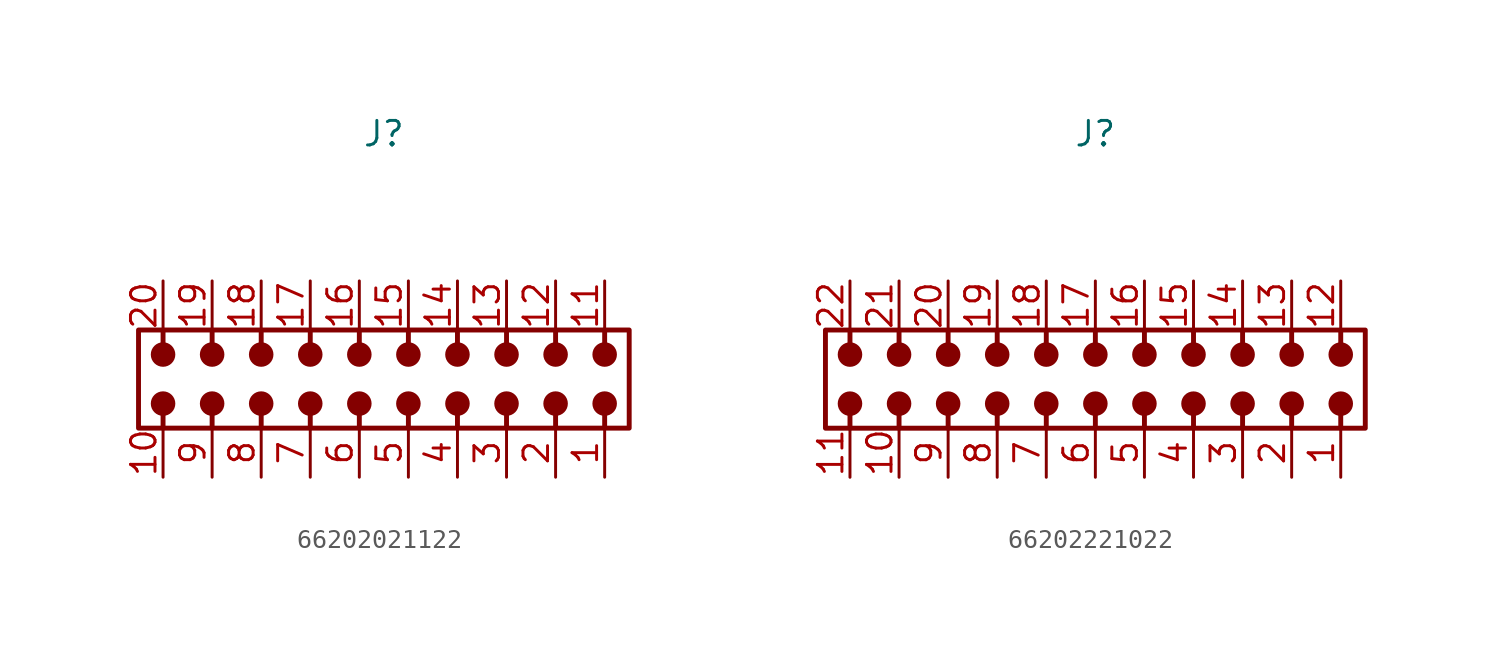
<source format=kicad_sym>
(kicad_symbol_lib
  (version 20241209)
  (generator "kicad_symbol_editor")
  (generator_version "9.0")
  (symbol "66202021122"
    (pin_names
      (hide yes))
    (property "Reference" "J"
      (at 0 12.7 0)
      (effects (font (size 1.27 1.27))))
    (symbol "66202021122_1_1"
      (rectangle (start -12.7 2.54) (end 12.7 -2.54) (stroke (width 0.254) (type solid)) (fill (type none)))
      (polyline (pts (xy -11.43 1.778) (xy -11.43 2.54)) (stroke (width 0.254) (type solid)) (fill (type none)))
      (circle (center -11.43 1.27) (radius 0.508) (stroke (width 0.254) (type solid)) (fill (type outline)))
      (circle (center -11.43 -1.27) (radius 0.508) (stroke (width 0.254) (type solid)) (fill (type outline)))
      (polyline (pts (xy -11.43 -1.778) (xy -11.43 -2.54)) (stroke (width 0.254) (type solid)) (fill (type none)))
      (polyline (pts (xy -8.89 1.778) (xy -8.89 2.54)) (stroke (width 0.254) (type solid)) (fill (type none)))
      (circle (center -8.89 1.27) (radius 0.508) (stroke (width 0.254) (type solid)) (fill (type outline)))
      (circle (center -8.89 -1.27) (radius 0.508) (stroke (width 0.254) (type solid)) (fill (type outline)))
      (polyline (pts (xy -8.89 -1.778) (xy -8.89 -2.54)) (stroke (width 0.254) (type solid)) (fill (type none)))
      (polyline (pts (xy -6.35 1.778) (xy -6.35 2.54)) (stroke (width 0.254) (type solid)) (fill (type none)))
      (circle (center -6.35 1.27) (radius 0.508) (stroke (width 0.254) (type solid)) (fill (type outline)))
      (circle (center -6.35 -1.27) (radius 0.508) (stroke (width 0.254) (type solid)) (fill (type outline)))
      (polyline (pts (xy -6.35 -1.778) (xy -6.35 -2.54)) (stroke (width 0.254) (type solid)) (fill (type none)))
      (polyline (pts (xy -3.81 1.778) (xy -3.81 2.54)) (stroke (width 0.254) (type solid)) (fill (type none)))
      (circle (center -3.81 1.27) (radius 0.508) (stroke (width 0.254) (type solid)) (fill (type outline)))
      (circle (center -3.81 -1.27) (radius 0.508) (stroke (width 0.254) (type solid)) (fill (type outline)))
      (polyline (pts (xy -3.81 -1.778) (xy -3.81 -2.54)) (stroke (width 0.254) (type solid)) (fill (type none)))
      (polyline (pts (xy -1.27 1.778) (xy -1.27 2.54)) (stroke (width 0.254) (type solid)) (fill (type none)))
      (circle (center -1.27 1.27) (radius 0.508) (stroke (width 0.254) (type solid)) (fill (type outline)))
      (circle (center -1.27 -1.27) (radius 0.508) (stroke (width 0.254) (type solid)) (fill (type outline)))
      (polyline (pts (xy -1.27 -1.778) (xy -1.27 -2.54)) (stroke (width 0.254) (type solid)) (fill (type none)))
      (polyline (pts (xy 1.27 1.778) (xy 1.27 2.54)) (stroke (width 0.254) (type solid)) (fill (type none)))
      (circle (center 1.27 1.27) (radius 0.508) (stroke (width 0.254) (type solid)) (fill (type outline)))
      (circle (center 1.27 -1.27) (radius 0.508) (stroke (width 0.254) (type solid)) (fill (type outline)))
      (polyline (pts (xy 1.27 -1.778) (xy 1.27 -2.54)) (stroke (width 0.254) (type solid)) (fill (type none)))
      (polyline (pts (xy 3.81 1.778) (xy 3.81 2.54)) (stroke (width 0.254) (type solid)) (fill (type none)))
      (circle (center 3.81 1.27) (radius 0.508) (stroke (width 0.254) (type solid)) (fill (type outline)))
      (circle (center 3.81 -1.27) (radius 0.508) (stroke (width 0.254) (type solid)) (fill (type outline)))
      (polyline (pts (xy 3.81 -1.778) (xy 3.81 -2.54)) (stroke (width 0.254) (type solid)) (fill (type none)))
      (polyline (pts (xy 6.35 1.778) (xy 6.35 2.54)) (stroke (width 0.254) (type solid)) (fill (type none)))
      (circle (center 6.35 1.27) (radius 0.508) (stroke (width 0.254) (type solid)) (fill (type outline)))
      (circle (center 6.35 -1.27) (radius 0.508) (stroke (width 0.254) (type solid)) (fill (type outline)))
      (polyline (pts (xy 6.35 -1.778) (xy 6.35 -2.54)) (stroke (width 0.254) (type solid)) (fill (type none)))
      (polyline (pts (xy 8.89 1.778) (xy 8.89 2.54)) (stroke (width 0.254) (type solid)) (fill (type none)))
      (circle (center 8.89 1.27) (radius 0.508) (stroke (width 0.254) (type solid)) (fill (type outline)))
      (circle (center 8.89 -1.27) (radius 0.508) (stroke (width 0.254) (type solid)) (fill (type outline)))
      (polyline (pts (xy 8.89 -1.778) (xy 8.89 -2.54)) (stroke (width 0.254) (type solid)) (fill (type none)))
      (polyline (pts (xy 11.43 1.778) (xy 11.43 2.54)) (stroke (width 0.254) (type solid)) (fill (type none)))
      (circle (center 11.43 1.27) (radius 0.508) (stroke (width 0.254) (type solid)) (fill (type outline)))
      (circle (center 11.43 -1.27) (radius 0.508) (stroke (width 0.254) (type solid)) (fill (type outline)))
      (polyline (pts (xy 11.43 -1.778) (xy 11.43 -2.54)) (stroke (width 0.254) (type solid)) (fill (type none)))
      (pin passive line (at -11.43 5.08 270) (length 2.54) (name "20" (effects (font (size 1.27 1.27)))) (number "20" (effects (font (size 1.27 1.27)))))
      (pin passive line (at -11.43 -5.08 90) (length 2.54) (name "10" (effects (font (size 1.27 1.27)))) (number "10" (effects (font (size 1.27 1.27)))))
      (pin passive line (at -8.89 5.08 270) (length 2.54) (name "19" (effects (font (size 1.27 1.27)))) (number "19" (effects (font (size 1.27 1.27)))))
      (pin passive line (at -8.89 -5.08 90) (length 2.54) (name "9" (effects (font (size 1.27 1.27)))) (number "9" (effects (font (size 1.27 1.27)))))
      (pin passive line (at -6.35 5.08 270) (length 2.54) (name "18" (effects (font (size 1.27 1.27)))) (number "18" (effects (font (size 1.27 1.27)))))
      (pin passive line (at -6.35 -5.08 90) (length 2.54) (name "8" (effects (font (size 1.27 1.27)))) (number "8" (effects (font (size 1.27 1.27)))))
      (pin passive line (at -3.81 5.08 270) (length 2.54) (name "17" (effects (font (size 1.27 1.27)))) (number "17" (effects (font (size 1.27 1.27)))))
      (pin passive line (at -3.81 -5.08 90) (length 2.54) (name "7" (effects (font (size 1.27 1.27)))) (number "7" (effects (font (size 1.27 1.27)))))
      (pin passive line (at -1.27 5.08 270) (length 2.54) (name "16" (effects (font (size 1.27 1.27)))) (number "16" (effects (font (size 1.27 1.27)))))
      (pin passive line (at -1.27 -5.08 90) (length 2.54) (name "6" (effects (font (size 1.27 1.27)))) (number "6" (effects (font (size 1.27 1.27)))))
      (pin passive line (at 1.27 5.08 270) (length 2.54) (name "15" (effects (font (size 1.27 1.27)))) (number "15" (effects (font (size 1.27 1.27)))))
      (pin passive line (at 1.27 -5.08 90) (length 2.54) (name "5" (effects (font (size 1.27 1.27)))) (number "5" (effects (font (size 1.27 1.27)))))
      (pin passive line (at 3.81 5.08 270) (length 2.54) (name "14" (effects (font (size 1.27 1.27)))) (number "14" (effects (font (size 1.27 1.27)))))
      (pin passive line (at 3.81 -5.08 90) (length 2.54) (name "4" (effects (font (size 1.27 1.27)))) (number "4" (effects (font (size 1.27 1.27)))))
      (pin passive line (at 6.35 5.08 270) (length 2.54) (name "13" (effects (font (size 1.27 1.27)))) (number "13" (effects (font (size 1.27 1.27)))))
      (pin passive line (at 6.35 -5.08 90) (length 2.54) (name "3" (effects (font (size 1.27 1.27)))) (number "3" (effects (font (size 1.27 1.27)))))
      (pin passive line (at 8.89 5.08 270) (length 2.54) (name "12" (effects (font (size 1.27 1.27)))) (number "12" (effects (font (size 1.27 1.27)))))
      (pin passive line (at 8.89 -5.08 90) (length 2.54) (name "2" (effects (font (size 1.27 1.27)))) (number "2" (effects (font (size 1.27 1.27)))))
      (pin passive line (at 11.43 5.08 270) (length 2.54) (name "11" (effects (font (size 1.27 1.27)))) (number "11" (effects (font (size 1.27 1.27)))))
      (pin passive line (at 11.43 -5.08 90) (length 2.54) (name "1" (effects (font (size 1.27 1.27)))) (number "1" (effects (font (size 1.27 1.27)))))))
  (symbol "66202221022"
    (pin_names
      (hide yes))
    (property "Reference" "J"
      (at 0 12.7 0)
      (effects (font (size 1.27 1.27))))
    (symbol "66202221022_1_1"
      (rectangle (start -13.97 2.54) (end 13.97 -2.54) (stroke (width 0.254) (type solid)) (fill (type none)))
      (polyline (pts (xy -12.7 1.778) (xy -12.7 2.54)) (stroke (width 0.254) (type solid)) (fill (type none)))
      (circle (center -12.7 1.27) (radius 0.508) (stroke (width 0.254) (type solid)) (fill (type outline)))
      (circle (center -12.7 -1.27) (radius 0.508) (stroke (width 0.254) (type solid)) (fill (type outline)))
      (polyline (pts (xy -12.7 -1.778) (xy -12.7 -2.54)) (stroke (width 0.254) (type solid)) (fill (type none)))
      (polyline (pts (xy -10.16 1.778) (xy -10.16 2.54)) (stroke (width 0.254) (type solid)) (fill (type none)))
      (circle (center -10.16 1.27) (radius 0.508) (stroke (width 0.254) (type solid)) (fill (type outline)))
      (circle (center -10.16 -1.27) (radius 0.508) (stroke (width 0.254) (type solid)) (fill (type outline)))
      (polyline (pts (xy -10.16 -1.778) (xy -10.16 -2.54)) (stroke (width 0.254) (type solid)) (fill (type none)))
      (polyline (pts (xy -7.62 1.778) (xy -7.62 2.54)) (stroke (width 0.254) (type solid)) (fill (type none)))
      (circle (center -7.62 1.27) (radius 0.508) (stroke (width 0.254) (type solid)) (fill (type outline)))
      (circle (center -7.62 -1.27) (radius 0.508) (stroke (width 0.254) (type solid)) (fill (type outline)))
      (polyline (pts (xy -7.62 -1.778) (xy -7.62 -2.54)) (stroke (width 0.254) (type solid)) (fill (type none)))
      (polyline (pts (xy -5.08 1.778) (xy -5.08 2.54)) (stroke (width 0.254) (type solid)) (fill (type none)))
      (circle (center -5.08 1.27) (radius 0.508) (stroke (width 0.254) (type solid)) (fill (type outline)))
      (circle (center -5.08 -1.27) (radius 0.508) (stroke (width 0.254) (type solid)) (fill (type outline)))
      (polyline (pts (xy -5.08 -1.778) (xy -5.08 -2.54)) (stroke (width 0.254) (type solid)) (fill (type none)))
      (polyline (pts (xy -2.54 1.778) (xy -2.54 2.54)) (stroke (width 0.254) (type solid)) (fill (type none)))
      (circle (center -2.54 1.27) (radius 0.508) (stroke (width 0.254) (type solid)) (fill (type outline)))
      (circle (center -2.54 -1.27) (radius 0.508) (stroke (width 0.254) (type solid)) (fill (type outline)))
      (polyline (pts (xy -2.54 -1.778) (xy -2.54 -2.54)) (stroke (width 0.254) (type solid)) (fill (type none)))
      (polyline (pts (xy 0 1.778) (xy 0 2.54)) (stroke (width 0.254) (type solid)) (fill (type none)))
      (circle (center 0 1.27) (radius 0.508) (stroke (width 0.254) (type solid)) (fill (type outline)))
      (circle (center 0 -1.27) (radius 0.508) (stroke (width 0.254) (type solid)) (fill (type outline)))
      (polyline (pts (xy 0 -1.778) (xy 0 -2.54)) (stroke (width 0.254) (type solid)) (fill (type none)))
      (polyline (pts (xy 2.54 1.778) (xy 2.54 2.54)) (stroke (width 0.254) (type solid)) (fill (type none)))
      (circle (center 2.54 1.27) (radius 0.508) (stroke (width 0.254) (type solid)) (fill (type outline)))
      (circle (center 2.54 -1.27) (radius 0.508) (stroke (width 0.254) (type solid)) (fill (type outline)))
      (polyline (pts (xy 2.54 -1.778) (xy 2.54 -2.54)) (stroke (width 0.254) (type solid)) (fill (type none)))
      (polyline (pts (xy 5.08 1.778) (xy 5.08 2.54)) (stroke (width 0.254) (type solid)) (fill (type none)))
      (circle (center 5.08 1.27) (radius 0.508) (stroke (width 0.254) (type solid)) (fill (type outline)))
      (circle (center 5.08 -1.27) (radius 0.508) (stroke (width 0.254) (type solid)) (fill (type outline)))
      (polyline (pts (xy 5.08 -1.778) (xy 5.08 -2.54)) (stroke (width 0.254) (type solid)) (fill (type none)))
      (polyline (pts (xy 7.62 1.778) (xy 7.62 2.54)) (stroke (width 0.254) (type solid)) (fill (type none)))
      (circle (center 7.62 1.27) (radius 0.508) (stroke (width 0.254) (type solid)) (fill (type outline)))
      (circle (center 7.62 -1.27) (radius 0.508) (stroke (width 0.254) (type solid)) (fill (type outline)))
      (polyline (pts (xy 7.62 -1.778) (xy 7.62 -2.54)) (stroke (width 0.254) (type solid)) (fill (type none)))
      (polyline (pts (xy 10.16 1.778) (xy 10.16 2.54)) (stroke (width 0.254) (type solid)) (fill (type none)))
      (circle (center 10.16 1.27) (radius 0.508) (stroke (width 0.254) (type solid)) (fill (type outline)))
      (circle (center 10.16 -1.27) (radius 0.508) (stroke (width 0.254) (type solid)) (fill (type outline)))
      (polyline (pts (xy 10.16 -1.778) (xy 10.16 -2.54)) (stroke (width 0.254) (type solid)) (fill (type none)))
      (polyline (pts (xy 12.7 1.778) (xy 12.7 2.54)) (stroke (width 0.254) (type solid)) (fill (type none)))
      (circle (center 12.7 1.27) (radius 0.508) (stroke (width 0.254) (type solid)) (fill (type outline)))
      (circle (center 12.7 -1.27) (radius 0.508) (stroke (width 0.254) (type solid)) (fill (type outline)))
      (polyline (pts (xy 12.7 -1.778) (xy 12.7 -2.54)) (stroke (width 0.254) (type solid)) (fill (type none)))
      (pin passive line (at -12.7 5.08 270) (length 2.54) (name "22" (effects (font (size 1.27 1.27)))) (number "22" (effects (font (size 1.27 1.27)))))
      (pin passive line (at -12.7 -5.08 90) (length 2.54) (name "11" (effects (font (size 1.27 1.27)))) (number "11" (effects (font (size 1.27 1.27)))))
      (pin passive line (at -10.16 5.08 270) (length 2.54) (name "21" (effects (font (size 1.27 1.27)))) (number "21" (effects (font (size 1.27 1.27)))))
      (pin passive line (at -10.16 -5.08 90) (length 2.54) (name "10" (effects (font (size 1.27 1.27)))) (number "10" (effects (font (size 1.27 1.27)))))
      (pin passive line (at -7.62 5.08 270) (length 2.54) (name "20" (effects (font (size 1.27 1.27)))) (number "20" (effects (font (size 1.27 1.27)))))
      (pin passive line (at -7.62 -5.08 90) (length 2.54) (name "9" (effects (font (size 1.27 1.27)))) (number "9" (effects (font (size 1.27 1.27)))))
      (pin passive line (at -5.08 5.08 270) (length 2.54) (name "19" (effects (font (size 1.27 1.27)))) (number "19" (effects (font (size 1.27 1.27)))))
      (pin passive line (at -5.08 -5.08 90) (length 2.54) (name "8" (effects (font (size 1.27 1.27)))) (number "8" (effects (font (size 1.27 1.27)))))
      (pin passive line (at -2.54 5.08 270) (length 2.54) (name "18" (effects (font (size 1.27 1.27)))) (number "18" (effects (font (size 1.27 1.27)))))
      (pin passive line (at -2.54 -5.08 90) (length 2.54) (name "7" (effects (font (size 1.27 1.27)))) (number "7" (effects (font (size 1.27 1.27)))))
      (pin passive line (at 0 5.08 270) (length 2.54) (name "17" (effects (font (size 1.27 1.27)))) (number "17" (effects (font (size 1.27 1.27)))))
      (pin passive line (at 0 -5.08 90) (length 2.54) (name "6" (effects (font (size 1.27 1.27)))) (number "6" (effects (font (size 1.27 1.27)))))
      (pin passive line (at 2.54 5.08 270) (length 2.54) (name "16" (effects (font (size 1.27 1.27)))) (number "16" (effects (font (size 1.27 1.27)))))
      (pin passive line (at 2.54 -5.08 90) (length 2.54) (name "5" (effects (font (size 1.27 1.27)))) (number "5" (effects (font (size 1.27 1.27)))))
      (pin passive line (at 5.08 5.08 270) (length 2.54) (name "15" (effects (font (size 1.27 1.27)))) (number "15" (effects (font (size 1.27 1.27)))))
      (pin passive line (at 5.08 -5.08 90) (length 2.54) (name "4" (effects (font (size 1.27 1.27)))) (number "4" (effects (font (size 1.27 1.27)))))
      (pin passive line (at 7.62 5.08 270) (length 2.54) (name "14" (effects (font (size 1.27 1.27)))) (number "14" (effects (font (size 1.27 1.27)))))
      (pin passive line (at 7.62 -5.08 90) (length 2.54) (name "3" (effects (font (size 1.27 1.27)))) (number "3" (effects (font (size 1.27 1.27)))))
      (pin passive line (at 10.16 5.08 270) (length 2.54) (name "13" (effects (font (size 1.27 1.27)))) (number "13" (effects (font (size 1.27 1.27)))))
      (pin passive line (at 10.16 -5.08 90) (length 2.54) (name "2" (effects (font (size 1.27 1.27)))) (number "2" (effects (font (size 1.27 1.27)))))
      (pin passive line (at 12.7 5.08 270) (length 2.54) (name "12" (effects (font (size 1.27 1.27)))) (number "12" (effects (font (size 1.27 1.27)))))
      (pin passive line (at 12.7 -5.08 90) (length 2.54) (name "1" (effects (font (size 1.27 1.27)))) (number "1" (effects (font (size 1.27 1.27))))))))
</source>
